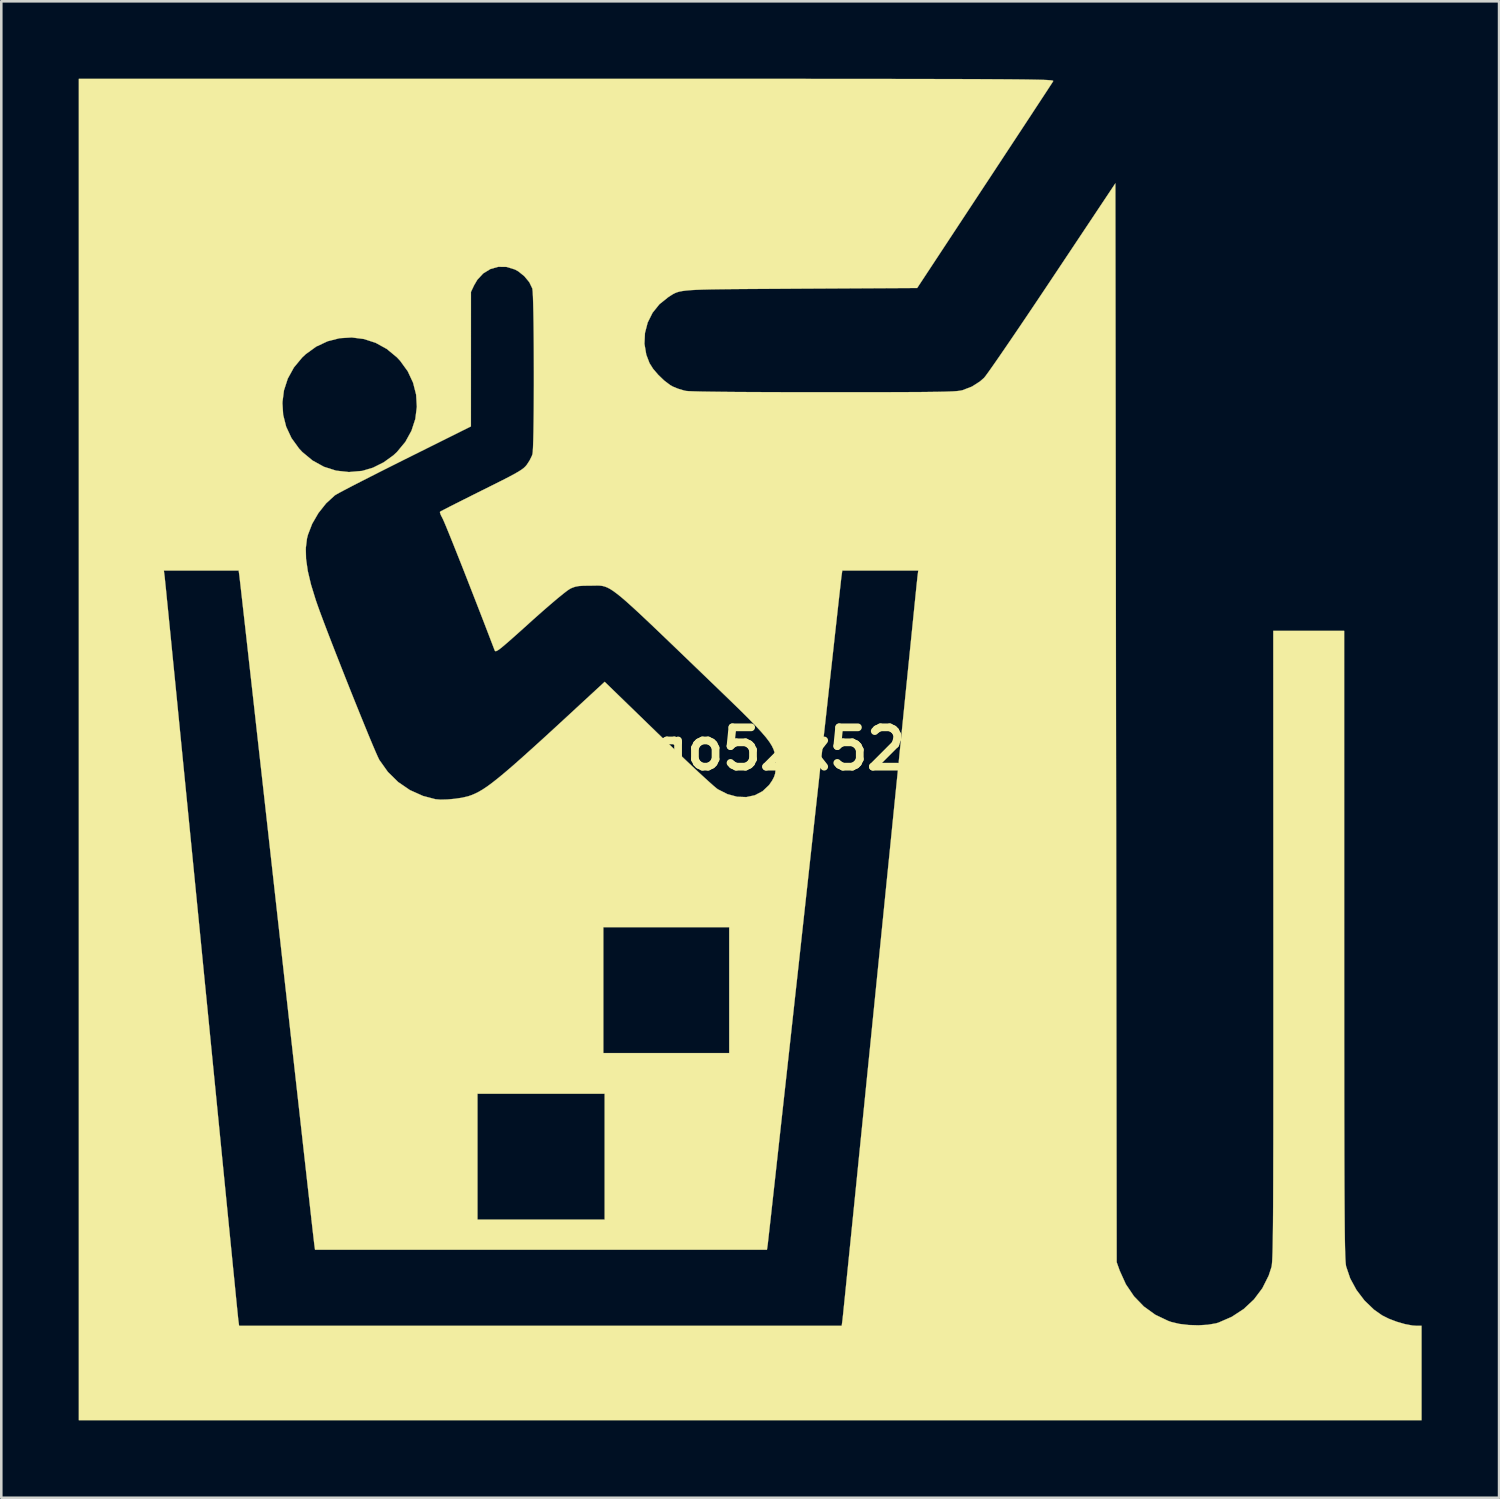
<source format=kicad_pcb>
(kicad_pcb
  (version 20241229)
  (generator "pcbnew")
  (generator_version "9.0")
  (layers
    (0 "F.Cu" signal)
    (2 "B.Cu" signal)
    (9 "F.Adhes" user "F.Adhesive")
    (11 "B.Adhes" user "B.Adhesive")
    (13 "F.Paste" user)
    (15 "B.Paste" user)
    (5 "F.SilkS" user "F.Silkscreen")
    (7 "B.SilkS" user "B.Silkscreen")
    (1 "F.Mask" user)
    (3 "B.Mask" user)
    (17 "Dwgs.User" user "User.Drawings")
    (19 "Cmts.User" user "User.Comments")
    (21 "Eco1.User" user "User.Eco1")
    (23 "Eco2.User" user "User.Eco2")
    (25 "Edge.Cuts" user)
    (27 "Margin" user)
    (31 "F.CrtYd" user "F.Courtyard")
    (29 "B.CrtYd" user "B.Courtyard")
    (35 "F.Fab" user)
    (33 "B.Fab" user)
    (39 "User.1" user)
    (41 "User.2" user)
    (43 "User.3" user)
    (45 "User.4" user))
  (footprint "logo52x52"
    (layer "F.Cu")
    (at 26.015 25.964)
    (property "Reference" "logo52x52" (at 0 0 0) (layer "F.SilkS") (effects (font (size 1.524 1.524) (thickness 0.3))))
    (attr through_hole)
    (fp_poly (pts (xy -5.461 -25.959) (xy -3.911 -25.959) (xy -2.456 -25.959) (xy -1.094 -25.958) (xy 0.179 -25.958) (xy 1.365 -25.958) (xy 2.468 -25.957) (xy 3.49 -25.957) (xy 4.435 -25.956) (xy 5.305 -25.955) (xy 6.104 -25.954) (xy 6.835 -25.953) (xy 7.5 -25.951) (xy 8.103 -25.95) (xy 8.647 -25.948) (xy 9.134 -25.946) (xy 9.568 -25.943) (xy 9.952 -25.941) (xy 10.288 -25.938) (xy 10.581 -25.935) (xy 10.832 -25.931) (xy 11.045 -25.927) (xy 11.222 -25.923) (xy 11.368 -25.919) (xy 11.484 -25.914) (xy 11.575 -25.908) (xy 11.642 -25.903) (xy 11.689 -25.897) (xy 11.72 -25.89) (xy 11.736 -25.883) (xy 11.741 -25.876) (xy 11.739 -25.87) (xy 11.705 -25.815) (xy 11.618 -25.682) (xy 11.484 -25.476) (xy 11.305 -25.203) (xy 11.086 -24.87) (xy 10.832 -24.482) (xy 10.545 -24.046) (xy 10.23 -23.567) (xy 9.891 -23.052) (xy 9.532 -22.506) (xy 9.157 -21.936) (xy 9.079 -21.819) (xy 6.469 -17.856) (xy 1.952 -17.831) (xy 1.161 -17.826) (xy 0.465 -17.822) (xy -0.143 -17.818) (xy -0.669 -17.814) (xy -1.121 -17.809) (xy -1.504 -17.803) (xy -1.826 -17.795) (xy -2.093 -17.785) (xy -2.312 -17.773) (xy -2.489 -17.757) (xy -2.631 -17.738) (xy -2.746 -17.716) (xy -2.839 -17.689) (xy -2.917 -17.657) (xy -2.987 -17.621) (xy -3.056 -17.578) (xy -3.13 -17.53) (xy -3.178 -17.499) (xy -3.517 -17.227) (xy -3.783 -16.896) (xy -3.971 -16.52) (xy -4.077 -16.114) (xy -4.097 -15.694) (xy -4.026 -15.273) (xy -3.901 -14.945) (xy -3.763 -14.726) (xy -3.564 -14.493) (xy -3.335 -14.273) (xy -3.106 -14.099) (xy -2.992 -14.034) (xy -2.793 -13.953) (xy -2.57 -13.886) (xy -2.49 -13.868) (xy -2.391 -13.86) (xy -2.194 -13.852) (xy -1.903 -13.844) (xy -1.521 -13.838) (xy -1.051 -13.832) (xy -0.497 -13.827) (xy 0.138 -13.824) (xy 0.85 -13.821) (xy 1.636 -13.819) (xy 2.492 -13.818) (xy 2.868 -13.818) (xy 3.71 -13.818) (xy 4.456 -13.818) (xy 5.113 -13.819) (xy 5.686 -13.821) (xy 6.182 -13.823) (xy 6.607 -13.825) (xy 6.967 -13.829) (xy 7.267 -13.833) (xy 7.515 -13.838) (xy 7.715 -13.845) (xy 7.875 -13.852) (xy 7.999 -13.861) (xy 8.095 -13.871) (xy 8.168 -13.883) (xy 8.225 -13.896) (xy 8.233 -13.899) (xy 8.592 -14.037) (xy 8.9 -14.234) (xy 9.055 -14.369) (xy 9.112 -14.438) (xy 9.22 -14.585) (xy 9.375 -14.804) (xy 9.573 -15.088) (xy 9.809 -15.431) (xy 10.079 -15.826) (xy 10.379 -16.267) (xy 10.704 -16.748) (xy 11.049 -17.261) (xy 11.41 -17.8) (xy 11.697 -18.23) (xy 14.148 -21.91) (xy 14.173 -1.011) (xy 14.199 19.888) (xy 14.317 20.218) (xy 14.556 20.745) (xy 14.871 21.21) (xy 15.253 21.605) (xy 15.697 21.925) (xy 16.197 22.163) (xy 16.313 22.204) (xy 16.624 22.278) (xy 16.985 22.321) (xy 17.364 22.333) (xy 17.726 22.312) (xy 18.039 22.259) (xy 18.136 22.231) (xy 18.657 22.005) (xy 19.12 21.702) (xy 19.518 21.33) (xy 19.843 20.897) (xy 20.087 20.411) (xy 20.196 20.078) (xy 20.204 20.038) (xy 20.212 19.981) (xy 20.219 19.904) (xy 20.226 19.803) (xy 20.232 19.673) (xy 20.238 19.512) (xy 20.243 19.315) (xy 20.247 19.079) (xy 20.251 18.799) (xy 20.255 18.473) (xy 20.258 18.096) (xy 20.261 17.665) (xy 20.263 17.175) (xy 20.265 16.623) (xy 20.266 16.006) (xy 20.268 15.318) (xy 20.269 14.558) (xy 20.269 13.72) (xy 20.27 12.801) (xy 20.27 11.798) (xy 20.27 10.706) (xy 20.27 9.522) (xy 20.27 8.242) (xy 20.27 7.607) (xy 20.266 -4.572) (xy 23.012 -4.572) (xy 23.013 7.582) (xy 23.013 8.912) (xy 23.014 10.145) (xy 23.014 11.284) (xy 23.015 12.332) (xy 23.015 13.294) (xy 23.016 14.172) (xy 23.018 14.972) (xy 23.019 15.696) (xy 23.021 16.349) (xy 23.023 16.933) (xy 23.026 17.454) (xy 23.029 17.914) (xy 23.032 18.317) (xy 23.035 18.668) (xy 23.039 18.969) (xy 23.044 19.225) (xy 23.049 19.439) (xy 23.054 19.615) (xy 23.06 19.757) (xy 23.067 19.869) (xy 23.074 19.953) (xy 23.082 20.015) (xy 23.089 20.053) (xy 23.246 20.516) (xy 23.489 20.964) (xy 23.801 21.374) (xy 24.167 21.726) (xy 24.483 21.948) (xy 24.745 22.079) (xy 25.053 22.196) (xy 25.37 22.287) (xy 25.66 22.341) (xy 25.815 22.352) (xy 26.01 22.352) (xy 26.01 26.01) (xy -26.01 26.01) (xy -26.01 -6.909) (xy -22.717 -6.909) (xy -22.686 -6.668) (xy -22.679 -6.597) (xy -22.662 -6.43) (xy -22.635 -6.17) (xy -22.601 -5.821) (xy -22.557 -5.387) (xy -22.506 -4.873) (xy -22.447 -4.283) (xy -22.382 -3.621) (xy -22.309 -2.891) (xy -22.23 -2.096) (xy -22.146 -1.243) (xy -22.056 -0.333) (xy -21.961 0.628) (xy -21.861 1.636) (xy -21.757 2.687) (xy -21.649 3.778) (xy -21.538 4.903) (xy -21.424 6.059) (xy -21.307 7.242) (xy -21.26 7.722) (xy -21.143 8.914) (xy -21.027 10.081) (xy -20.915 11.219) (xy -20.806 12.324) (xy -20.7 13.392) (xy -20.599 14.418) (xy -20.502 15.398) (xy -20.41 16.328) (xy -20.323 17.205) (xy -20.242 18.024) (xy -20.167 18.78) (xy -20.098 19.47) (xy -20.037 20.089) (xy -19.982 20.634) (xy -19.936 21.1) (xy -19.898 21.484) (xy -19.868 21.78) (xy -19.847 21.985) (xy -19.836 22.094) (xy -19.834 22.111) (xy -19.802 22.352) (xy 3.546 22.352) (xy 3.578 22.111) (xy 3.585 22.04) (xy 3.603 21.873) (xy 3.629 21.613) (xy 3.665 21.264) (xy 3.709 20.831) (xy 3.761 20.317) (xy 3.821 19.727) (xy 3.888 19.065) (xy 3.962 18.334) (xy 4.042 17.54) (xy 4.128 16.687) (xy 4.219 15.777) (xy 4.316 14.817) (xy 4.418 13.808) (xy 4.523 12.757) (xy 4.633 11.667) (xy 4.746 10.542) (xy 4.862 9.386) (xy 4.981 8.203) (xy 5.029 7.722) (xy 5.149 6.53) (xy 5.266 5.362) (xy 5.381 4.224) (xy 5.492 3.12) (xy 5.599 2.052) (xy 5.703 1.026) (xy 5.801 0.046) (xy 5.895 -0.885) (xy 5.983 -1.761) (xy 6.066 -2.58) (xy 6.142 -3.336) (xy 6.212 -4.026) (xy 6.275 -4.646) (xy 6.33 -5.19) (xy 6.377 -5.657) (xy 6.416 -6.04) (xy 6.446 -6.336) (xy 6.468 -6.541) (xy 6.479 -6.651) (xy 6.481 -6.668) (xy 6.512 -6.909) (xy 3.568 -6.909) (xy 3.537 -6.693) (xy 3.528 -6.624) (xy 3.51 -6.458) (xy 3.481 -6.2) (xy 3.442 -5.854) (xy 3.394 -5.424) (xy 3.338 -4.916) (xy 3.273 -4.332) (xy 3.201 -3.678) (xy 3.121 -2.958) (xy 3.035 -2.176) (xy 2.943 -1.336) (xy 2.844 -0.444) (xy 2.74 0.498) (xy 2.632 1.483) (xy 2.519 2.509) (xy 2.402 3.571) (xy 2.282 4.663) (xy 2.159 5.783) (xy 2.108 6.248) (xy 1.984 7.378) (xy 1.863 8.482) (xy 1.744 9.557) (xy 1.63 10.598) (xy 1.52 11.6) (xy 1.414 12.56) (xy 1.313 13.473) (xy 1.218 14.335) (xy 1.129 15.141) (xy 1.047 15.887) (xy 0.972 16.569) (xy 0.904 17.182) (xy 0.844 17.722) (xy 0.793 18.185) (xy 0.75 18.565) (xy 0.717 18.86) (xy 0.694 19.064) (xy 0.682 19.173) (xy 0.68 19.19) (xy 0.649 19.406) (xy -16.859 19.406) (xy -16.889 19.19) (xy -16.897 19.121) (xy -16.916 18.955) (xy -16.946 18.697) (xy -16.985 18.351) (xy -17.033 17.921) (xy -17.09 17.413) (xy -17.156 16.829) (xy -17.229 16.175) (xy -17.31 15.455) (xy -17.397 14.673) (xy -17.491 13.834) (xy -17.544 13.36) (xy -10.566 13.36) (xy -10.566 18.237) (xy -5.639 18.237) (xy -5.639 13.36) (xy -10.566 13.36) (xy -17.544 13.36) (xy -17.591 12.941) (xy -17.696 12) (xy -17.807 11.015) (xy -17.921 9.989) (xy -18.04 8.928) (xy -18.162 7.835) (xy -18.265 6.909) (xy -5.69 6.909) (xy -5.69 11.786) (xy -0.813 11.786) (xy -0.813 6.909) (xy -5.69 6.909) (xy -18.265 6.909) (xy -18.287 6.716) (xy -18.339 6.248) (xy -18.465 5.119) (xy -18.588 4.015) (xy -18.708 2.94) (xy -18.824 1.9) (xy -18.936 0.897) (xy -19.044 -0.063) (xy -19.146 -0.976) (xy -19.242 -1.838) (xy -19.332 -2.644) (xy -19.416 -3.39) (xy -19.492 -4.072) (xy -19.561 -4.685) (xy -19.622 -5.225) (xy -19.674 -5.687) (xy -19.717 -6.068) (xy -19.75 -6.363) (xy -19.774 -6.567) (xy -19.786 -6.676) (xy -19.788 -6.693) (xy -19.818 -6.909) (xy -21.268 -6.909) (xy -22.717 -6.909) (xy -26.01 -6.909) (xy -26.01 -7.774) (xy -17.218 -7.774) (xy -17.208 -7.36) (xy -17.141 -6.893) (xy -17.016 -6.365) (xy -16.832 -5.767) (xy -16.765 -5.574) (xy -16.668 -5.304) (xy -16.544 -4.972) (xy -16.398 -4.587) (xy -16.234 -4.161) (xy -16.056 -3.704) (xy -15.868 -3.226) (xy -15.675 -2.737) (xy -15.481 -2.248) (xy -15.289 -1.77) (xy -15.104 -1.312) (xy -14.93 -0.885) (xy -14.772 -0.499) (xy -14.632 -0.165) (xy -14.516 0.107) (xy -14.428 0.306) (xy -14.372 0.422) (xy -14.366 0.432) (xy -14.037 0.894) (xy -13.639 1.285) (xy -13.183 1.597) (xy -12.676 1.824) (xy -12.192 1.951) (xy -11.993 1.967) (xy -11.732 1.96) (xy -11.445 1.934) (xy -11.167 1.893) (xy -10.935 1.839) (xy -10.918 1.834) (xy -10.786 1.788) (xy -10.652 1.731) (xy -10.51 1.659) (xy -10.356 1.568) (xy -10.184 1.453) (xy -9.989 1.309) (xy -9.766 1.133) (xy -9.509 0.92) (xy -9.212 0.666) (xy -8.872 0.366) (xy -8.482 0.016) (xy -8.037 -0.387) (xy -7.532 -0.85) (xy -6.962 -1.375) (xy -6.591 -1.718) (xy -5.638 -2.598) (xy -3.579 -0.601) (xy -3.19 -0.225) (xy -2.816 0.134) (xy -2.464 0.468) (xy -2.141 0.772) (xy -1.856 1.037) (xy -1.616 1.256) (xy -1.429 1.423) (xy -1.301 1.53) (xy -1.256 1.564) (xy -0.88 1.754) (xy -0.507 1.855) (xy -0.149 1.868) (xy 0.184 1.796) (xy 0.481 1.639) (xy 0.733 1.4) (xy 0.85 1.23) (xy 0.923 1.091) (xy 0.966 0.962) (xy 0.985 0.806) (xy 0.989 0.586) (xy 0.989 0.584) (xy 0.986 0.43) (xy 0.975 0.289) (xy 0.95 0.155) (xy 0.906 0.021) (xy 0.839 -0.119) (xy 0.743 -0.273) (xy 0.612 -0.446) (xy 0.441 -0.645) (xy 0.226 -0.878) (xy -0.038 -1.15) (xy -0.358 -1.469) (xy -0.739 -1.84) (xy -1.185 -2.271) (xy -1.477 -2.552) (xy -2.096 -3.148) (xy -2.647 -3.678) (xy -3.134 -4.146) (xy -3.561 -4.555) (xy -3.935 -4.911) (xy -4.258 -5.215) (xy -4.537 -5.473) (xy -4.776 -5.688) (xy -4.979 -5.864) (xy -5.153 -6.004) (xy -5.301 -6.114) (xy -5.428 -6.196) (xy -5.54 -6.254) (xy -5.64 -6.292) (xy -5.735 -6.315) (xy -5.828 -6.326) (xy -5.924 -6.328) (xy -6.029 -6.326) (xy -6.148 -6.324) (xy -6.198 -6.323) (xy -6.454 -6.321) (xy -6.638 -6.309) (xy -6.778 -6.283) (xy -6.902 -6.239) (xy -6.973 -6.206) (xy -7.076 -6.139) (xy -7.244 -6.01) (xy -7.47 -5.826) (xy -7.744 -5.593) (xy -8.059 -5.32) (xy -8.405 -5.013) (xy -8.535 -4.895) (xy -8.886 -4.579) (xy -9.17 -4.326) (xy -9.393 -4.129) (xy -9.564 -3.983) (xy -9.69 -3.881) (xy -9.778 -3.819) (xy -9.836 -3.789) (xy -9.872 -3.786) (xy -9.893 -3.804) (xy -9.901 -3.821) (xy -10.122 -4.398) (xy -10.344 -4.976) (xy -10.565 -5.545) (xy -10.78 -6.097) (xy -10.986 -6.625) (xy -11.18 -7.119) (xy -11.36 -7.571) (xy -11.52 -7.973) (xy -11.659 -8.317) (xy -11.772 -8.593) (xy -11.857 -8.795) (xy -11.91 -8.912) (xy -11.92 -8.932) (xy -11.988 -9.064) (xy -12.02 -9.16) (xy -12.017 -9.186) (xy -11.966 -9.216) (xy -11.834 -9.285) (xy -11.632 -9.389) (xy -11.371 -9.521) (xy -11.061 -9.677) (xy -10.714 -9.851) (xy -10.4 -10.008) (xy -9.972 -10.221) (xy -9.625 -10.395) (xy -9.35 -10.536) (xy -9.138 -10.65) (xy -8.977 -10.742) (xy -8.858 -10.818) (xy -8.771 -10.884) (xy -8.707 -10.945) (xy -8.655 -11.007) (xy -8.651 -11.012) (xy -8.544 -11.178) (xy -8.459 -11.35) (xy -8.435 -11.419) (xy -8.423 -11.513) (xy -8.413 -11.698) (xy -8.404 -11.961) (xy -8.396 -12.293) (xy -8.39 -12.681) (xy -8.385 -13.115) (xy -8.382 -13.583) (xy -8.38 -14.075) (xy -8.38 -14.579) (xy -8.381 -15.084) (xy -8.383 -15.579) (xy -8.387 -16.052) (xy -8.392 -16.494) (xy -8.399 -16.892) (xy -8.407 -17.235) (xy -8.416 -17.513) (xy -8.426 -17.713) (xy -8.438 -17.826) (xy -8.441 -17.838) (xy -8.557 -18.079) (xy -8.747 -18.31) (xy -8.982 -18.5) (xy -9.116 -18.574) (xy -9.438 -18.673) (xy -9.76 -18.677) (xy -10.066 -18.591) (xy -10.342 -18.422) (xy -10.572 -18.175) (xy -10.699 -17.958) (xy -10.819 -17.704) (xy -10.82 -12.494) (xy -13.373 -11.222) (xy -13.852 -10.982) (xy -14.308 -10.753) (xy -14.731 -10.538) (xy -15.114 -10.343) (xy -15.446 -10.172) (xy -15.72 -10.029) (xy -15.926 -9.919) (xy -16.055 -9.846) (xy -16.093 -9.822) (xy -16.432 -9.511) (xy -16.73 -9.135) (xy -16.97 -8.722) (xy -17.134 -8.297) (xy -17.173 -8.143) (xy -17.218 -7.774) (xy -26.01 -7.774) (xy -26.01 -13.418) (xy -18.124 -13.418) (xy -18.095 -12.945) (xy -17.978 -12.482) (xy -17.772 -12.041) (xy -17.477 -11.634) (xy -17.353 -11.501) (xy -16.954 -11.171) (xy -16.514 -10.929) (xy -16.041 -10.779) (xy -15.547 -10.725) (xy -15.04 -10.769) (xy -15.031 -10.77) (xy -14.614 -10.894) (xy -14.202 -11.1) (xy -13.825 -11.372) (xy -13.686 -11.501) (xy -13.36 -11.894) (xy -13.123 -12.325) (xy -12.974 -12.782) (xy -12.915 -13.252) (xy -12.943 -13.725) (xy -13.061 -14.188) (xy -13.267 -14.629) (xy -13.562 -15.036) (xy -13.686 -15.169) (xy -14.079 -15.494) (xy -14.51 -15.732) (xy -14.966 -15.88) (xy -15.437 -15.94) (xy -15.909 -15.911) (xy -16.372 -15.793) (xy -16.813 -15.587) (xy -17.221 -15.292) (xy -17.353 -15.169) (xy -17.679 -14.776) (xy -17.916 -14.345) (xy -18.064 -13.888) (xy -18.124 -13.418) (xy -26.01 -13.418) (xy -26.01 -25.959) (xy -7.11 -25.959) (xy -5.461 -25.959)) (stroke (width 0.01) (type solid)) (fill yes) (layer "F.SilkS")))
  (gr_rect
    (start -3 -3)
    (end 55.029 54.978)
    (stroke (width 0.1) (type default))
    (fill no)
    (layer "Edge.Cuts")))
</source>
